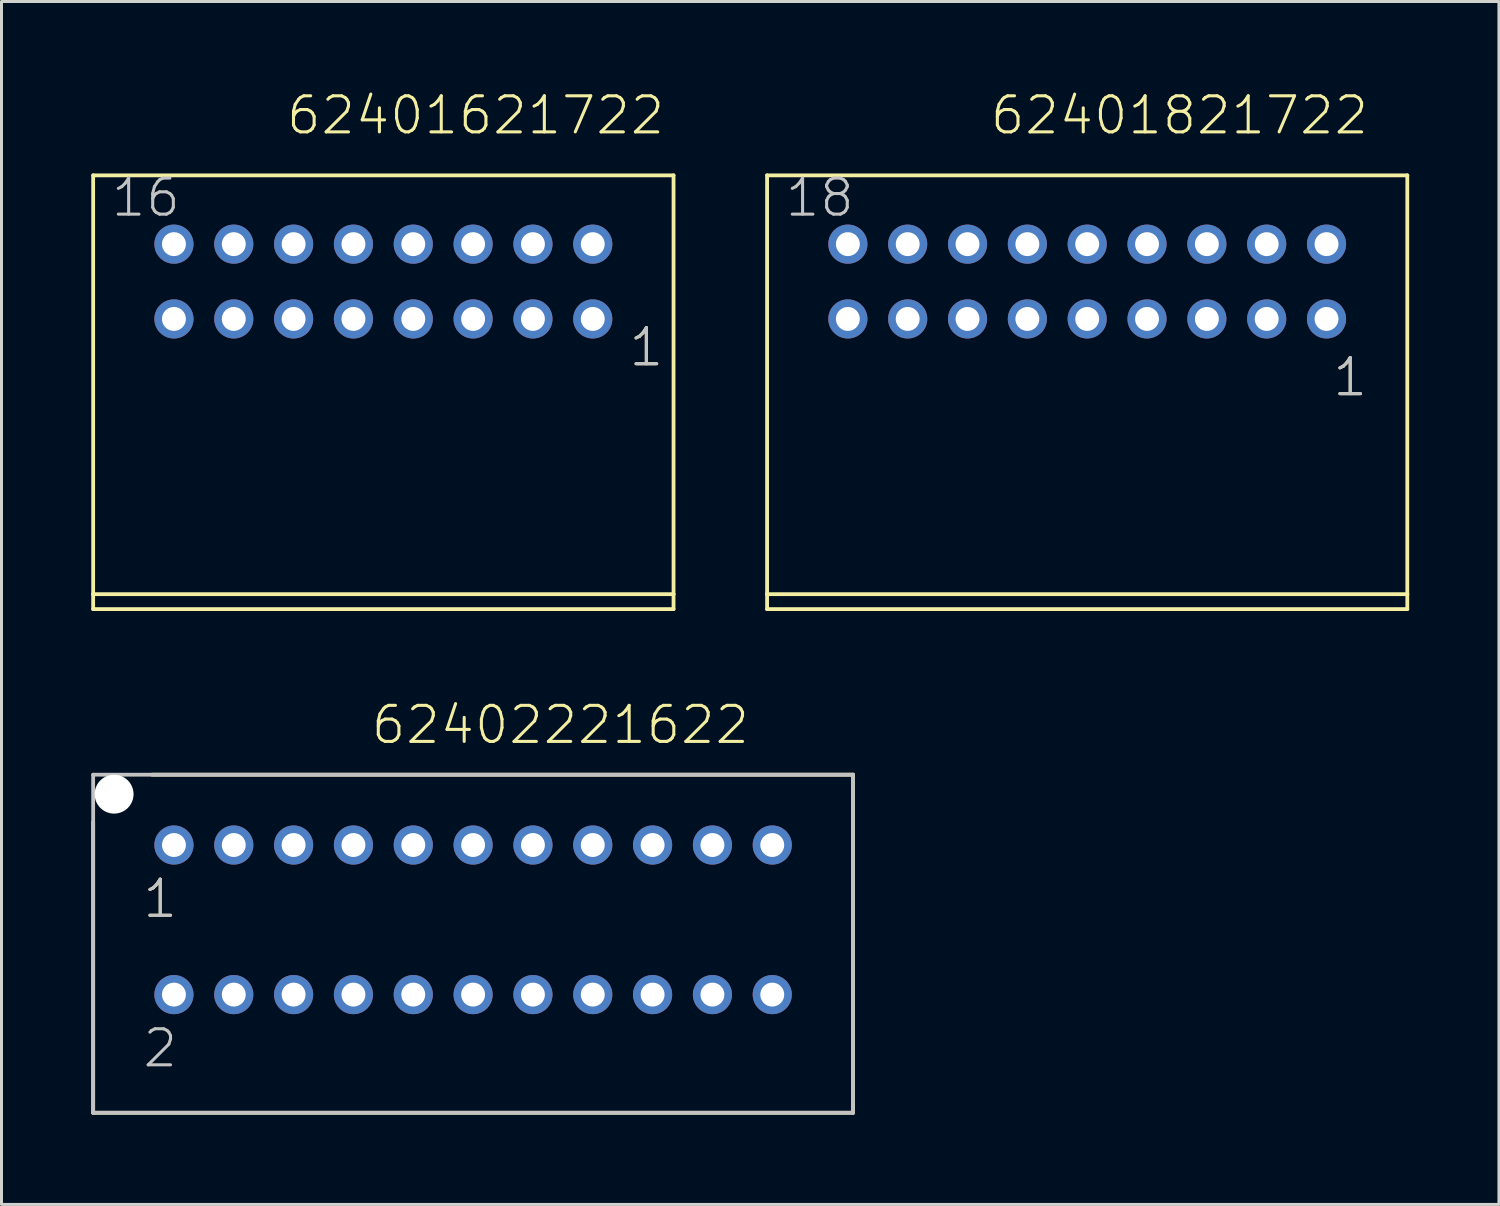
<source format=kicad_pcb>
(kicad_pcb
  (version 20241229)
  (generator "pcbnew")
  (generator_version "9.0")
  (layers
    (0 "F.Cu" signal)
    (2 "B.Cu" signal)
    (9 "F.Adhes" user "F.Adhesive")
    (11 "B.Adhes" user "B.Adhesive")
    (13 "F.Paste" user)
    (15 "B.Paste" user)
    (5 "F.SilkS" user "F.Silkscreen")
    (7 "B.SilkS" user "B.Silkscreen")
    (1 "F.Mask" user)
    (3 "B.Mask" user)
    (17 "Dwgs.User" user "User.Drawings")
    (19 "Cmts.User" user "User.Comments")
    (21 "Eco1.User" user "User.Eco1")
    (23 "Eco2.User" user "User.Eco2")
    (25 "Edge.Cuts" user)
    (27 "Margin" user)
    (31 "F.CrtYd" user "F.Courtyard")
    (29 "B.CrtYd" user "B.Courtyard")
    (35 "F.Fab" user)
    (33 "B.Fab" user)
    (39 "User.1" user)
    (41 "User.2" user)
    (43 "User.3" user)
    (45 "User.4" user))
  (footprint "62402221622"
    (layer "F.Cu")
    (at 12.764 27.696)
    (property "Reference" "62402221622" (at -3.466 -5.81 0) (layer "F.SilkS") (effects (font (size 1.206 1.206) (thickness 0.102)) (justify left bottom)))
    (attr through_hole)
    (fp_line (start -12.7 6.45) (end -12.7 -3.27) (stroke (width 0.127) (type solid)) (layer "F.SilkS"))
    (fp_line (start -10.73 -4.85) (end 12.7 -4.85) (stroke (width 0.127) (type solid)) (layer "F.SilkS"))
    (fp_line (start 12.7 -4.85) (end 12.7 6.45) (stroke (width 0.127) (type solid)) (layer "F.SilkS"))
    (fp_line (start 12.7 6.45) (end -12.7 6.45) (stroke (width 0.127) (type solid)) (layer "F.SilkS"))
    (fp_line (start -12.7 -4.85) (end 12.7 -4.85) (stroke (width 0.127) (type solid)) (layer "Dwgs.User"))
    (fp_line (start -12.7 6.45) (end -12.7 -4.85) (stroke (width 0.127) (type solid)) (layer "Dwgs.User"))
    (fp_line (start 12.7 -4.85) (end 12.7 6.45) (stroke (width 0.127) (type solid)) (layer "Dwgs.User"))
    (fp_line (start 12.7 6.45) (end -12.7 6.45) (stroke (width 0.127) (type solid)) (layer "Dwgs.User"))
    (fp_text user "1" (at -11.1 0 0) (layer "F.SilkS") (effects (font (size 1.206 1.206) (thickness 0.102)) (justify left bottom)))
    (fp_text user "1" (at -11.1 0 0) (layer "Dwgs.User") (effects (font (size 1.206 1.206) (thickness 0.102)) (justify left bottom)))
    (fp_text user "2" (at -11.1 5 0) (layer "Dwgs.User") (effects (font (size 1.206 1.206) (thickness 0.102)) (justify left bottom)))
    (pad "" np_thru_hole circle (at -12 -4.2) (size 1.3 1.3) (drill 1.3) (layers "*.Cu"))
    (pad "1" thru_hole circle (at -10 -2.5) (size 1.308 1.308) (drill 0.8) (layers "*.Cu" "*.Mask"))
    (pad "2" thru_hole circle (at -10 2.5) (size 1.308 1.308) (drill 0.8) (layers "*.Cu" "*.Mask"))
    (pad "3" thru_hole circle (at -8 -2.5) (size 1.308 1.308) (drill 0.8) (layers "*.Cu" "*.Mask"))
    (pad "4" thru_hole circle (at -8 2.5) (size 1.308 1.308) (drill 0.8) (layers "*.Cu" "*.Mask"))
    (pad "5" thru_hole circle (at -6 -2.5) (size 1.308 1.308) (drill 0.8) (layers "*.Cu" "*.Mask"))
    (pad "6" thru_hole circle (at -6 2.5) (size 1.308 1.308) (drill 0.8) (layers "*.Cu" "*.Mask"))
    (pad "7" thru_hole circle (at -4 -2.5) (size 1.308 1.308) (drill 0.8) (layers "*.Cu" "*.Mask"))
    (pad "8" thru_hole circle (at -4 2.5) (size 1.308 1.308) (drill 0.8) (layers "*.Cu" "*.Mask"))
    (pad "9" thru_hole circle (at -2 -2.5) (size 1.308 1.308) (drill 0.8) (layers "*.Cu" "*.Mask"))
    (pad "10" thru_hole circle (at -2 2.5) (size 1.308 1.308) (drill 0.8) (layers "*.Cu" "*.Mask"))
    (pad "11" thru_hole circle (at 0 -2.5) (size 1.308 1.308) (drill 0.8) (layers "*.Cu" "*.Mask"))
    (pad "12" thru_hole circle (at 0 2.5) (size 1.308 1.308) (drill 0.8) (layers "*.Cu" "*.Mask"))
    (pad "13" thru_hole circle (at 2 -2.5) (size 1.308 1.308) (drill 0.8) (layers "*.Cu" "*.Mask"))
    (pad "14" thru_hole circle (at 2 2.5) (size 1.308 1.308) (drill 0.8) (layers "*.Cu" "*.Mask"))
    (pad "15" thru_hole circle (at 4 -2.5) (size 1.308 1.308) (drill 0.8) (layers "*.Cu" "*.Mask"))
    (pad "16" thru_hole circle (at 4 2.5) (size 1.308 1.308) (drill 0.8) (layers "*.Cu" "*.Mask"))
    (pad "17" thru_hole circle (at 6 -2.5) (size 1.308 1.308) (drill 0.8) (layers "*.Cu" "*.Mask"))
    (pad "18" thru_hole circle (at 6 2.5) (size 1.308 1.308) (drill 0.8) (layers "*.Cu" "*.Mask"))
    (pad "19" thru_hole circle (at 8 -2.5) (size 1.308 1.308) (drill 0.8) (layers "*.Cu" "*.Mask"))
    (pad "20" thru_hole circle (at 8 2.5) (size 1.308 1.308) (drill 0.8) (layers "*.Cu" "*.Mask"))
    (pad "21" thru_hole circle (at 10 -2.5) (size 1.308 1.308) (drill 0.8) (layers "*.Cu" "*.Mask"))
    (pad "22" thru_hole circle (at 10 2.5) (size 1.308 1.308) (drill 0.8) (layers "*.Cu" "*.Mask")))
  (footprint "62401821722"
    (layer "F.Cu")
    (at 33.291 6.361)
    (property "Reference" "62401821722" (at -3.3 -4.85 0) (layer "F.SilkS") (effects (font (size 1.206 1.206) (thickness 0.102)) (justify left bottom)))
    (attr through_hole)
    (fp_line (start -10.7 -3.55) (end -10.7 10.45) (stroke (width 0.127) (type solid)) (layer "F.SilkS"))
    (fp_line (start -10.7 10.45) (end -10.7 10.95) (stroke (width 0.127) (type solid)) (layer "F.SilkS"))
    (fp_line (start -10.7 10.45) (end 10.7 10.45) (stroke (width 0.127) (type solid)) (layer "F.SilkS"))
    (fp_line (start -10.7 10.95) (end 10.7 10.95) (stroke (width 0.127) (type solid)) (layer "F.SilkS"))
    (fp_line (start 10.7 -3.55) (end -10.7 -3.55) (stroke (width 0.127) (type solid)) (layer "F.SilkS"))
    (fp_line (start 10.7 10.45) (end 10.7 -3.55) (stroke (width 0.127) (type solid)) (layer "F.SilkS"))
    (fp_line (start 10.7 10.95) (end 10.7 10.45) (stroke (width 0.127) (type solid)) (layer "F.SilkS"))
    (fp_text user "1" (at 8.15 3.9 0) (layer "F.SilkS") (effects (font (size 1.206 1.206) (thickness 0.102)) (justify left bottom)))
    (fp_text user "18" (at -10.155 -2.1 0) (layer "Dwgs.User") (effects (font (size 1.206 1.206) (thickness 0.102)) (justify left bottom)))
    (fp_text user "1" (at 8.15 3.9 0) (layer "Dwgs.User") (effects (font (size 1.206 1.206) (thickness 0.102)) (justify left bottom)))
    (pad "1" thru_hole circle (at 8 1.25 180) (size 1.308 1.308) (drill 0.8) (layers "*.Cu" "*.Mask"))
    (pad "2" thru_hole circle (at 8 -1.25 180) (size 1.308 1.308) (drill 0.8) (layers "*.Cu" "*.Mask"))
    (pad "3" thru_hole circle (at 6 1.25 180) (size 1.308 1.308) (drill 0.8) (layers "*.Cu" "*.Mask"))
    (pad "4" thru_hole circle (at 6 -1.25 180) (size 1.308 1.308) (drill 0.8) (layers "*.Cu" "*.Mask"))
    (pad "5" thru_hole circle (at 4 1.25 180) (size 1.308 1.308) (drill 0.8) (layers "*.Cu" "*.Mask"))
    (pad "6" thru_hole circle (at 4 -1.25 180) (size 1.308 1.308) (drill 0.8) (layers "*.Cu" "*.Mask"))
    (pad "7" thru_hole circle (at 2 1.25 180) (size 1.308 1.308) (drill 0.8) (layers "*.Cu" "*.Mask"))
    (pad "8" thru_hole circle (at 2 -1.25 180) (size 1.308 1.308) (drill 0.8) (layers "*.Cu" "*.Mask"))
    (pad "9" thru_hole circle (at 0 1.25 180) (size 1.308 1.308) (drill 0.8) (layers "*.Cu" "*.Mask"))
    (pad "10" thru_hole circle (at 0 -1.25 180) (size 1.308 1.308) (drill 0.8) (layers "*.Cu" "*.Mask"))
    (pad "11" thru_hole circle (at -2 1.25 180) (size 1.308 1.308) (drill 0.8) (layers "*.Cu" "*.Mask"))
    (pad "12" thru_hole circle (at -2 -1.25 180) (size 1.308 1.308) (drill 0.8) (layers "*.Cu" "*.Mask"))
    (pad "13" thru_hole circle (at -4 1.25 180) (size 1.308 1.308) (drill 0.8) (layers "*.Cu" "*.Mask"))
    (pad "14" thru_hole circle (at -4 -1.25 180) (size 1.308 1.308) (drill 0.8) (layers "*.Cu" "*.Mask"))
    (pad "15" thru_hole circle (at -6 1.25 180) (size 1.308 1.308) (drill 0.8) (layers "*.Cu" "*.Mask"))
    (pad "16" thru_hole circle (at -6 -1.25 180) (size 1.308 1.308) (drill 0.8) (layers "*.Cu" "*.Mask"))
    (pad "17" thru_hole circle (at -8 1.25 180) (size 1.308 1.308) (drill 0.8) (layers "*.Cu" "*.Mask"))
    (pad "18" thru_hole circle (at -8 -1.25 180) (size 1.308 1.308) (drill 0.8) (layers "*.Cu" "*.Mask")))
  (footprint "62401621722"
    (layer "F.Cu")
    (at 9.764 6.361)
    (property "Reference" "62401621722" (at -3.3 -4.85 0) (layer "F.SilkS") (effects (font (size 1.206 1.206) (thickness 0.102)) (justify left bottom)))
    (attr through_hole)
    (fp_line (start -9.7 -3.55) (end -9.7 10.45) (stroke (width 0.127) (type solid)) (layer "F.SilkS"))
    (fp_line (start -9.7 10.45) (end -9.7 10.95) (stroke (width 0.127) (type solid)) (layer "F.SilkS"))
    (fp_line (start -9.7 10.45) (end 9.7 10.45) (stroke (width 0.127) (type solid)) (layer "F.SilkS"))
    (fp_line (start -9.7 10.95) (end 9.7 10.95) (stroke (width 0.127) (type solid)) (layer "F.SilkS"))
    (fp_line (start 9.7 -3.55) (end -9.7 -3.55) (stroke (width 0.127) (type solid)) (layer "F.SilkS"))
    (fp_line (start 9.7 10.45) (end 9.7 -3.55) (stroke (width 0.127) (type solid)) (layer "F.SilkS"))
    (fp_line (start 9.7 10.95) (end 9.7 10.45) (stroke (width 0.127) (type solid)) (layer "F.SilkS"))
    (fp_text user "1" (at 8.15 2.9 0) (layer "F.SilkS") (effects (font (size 1.206 1.206) (thickness 0.102)) (justify left bottom)))
    (fp_text user "1" (at 8.15 2.9 0) (layer "Dwgs.User") (effects (font (size 1.206 1.206) (thickness 0.102)) (justify left bottom)))
    (fp_text user "16" (at -9.155 -2.1 0) (layer "Dwgs.User") (effects (font (size 1.206 1.206) (thickness 0.102)) (justify left bottom)))
    (pad "1" thru_hole circle (at 7 1.25 180) (size 1.308 1.308) (drill 0.8) (layers "*.Cu" "*.Mask"))
    (pad "2" thru_hole circle (at 7 -1.25 180) (size 1.308 1.308) (drill 0.8) (layers "*.Cu" "*.Mask"))
    (pad "3" thru_hole circle (at 5 1.25 180) (size 1.308 1.308) (drill 0.8) (layers "*.Cu" "*.Mask"))
    (pad "4" thru_hole circle (at 5 -1.25 180) (size 1.308 1.308) (drill 0.8) (layers "*.Cu" "*.Mask"))
    (pad "5" thru_hole circle (at 3 1.25 180) (size 1.308 1.308) (drill 0.8) (layers "*.Cu" "*.Mask"))
    (pad "6" thru_hole circle (at 3 -1.25 180) (size 1.308 1.308) (drill 0.8) (layers "*.Cu" "*.Mask"))
    (pad "7" thru_hole circle (at 1 1.25 180) (size 1.308 1.308) (drill 0.8) (layers "*.Cu" "*.Mask"))
    (pad "8" thru_hole circle (at 1 -1.25 180) (size 1.308 1.308) (drill 0.8) (layers "*.Cu" "*.Mask"))
    (pad "9" thru_hole circle (at -1 1.25 180) (size 1.308 1.308) (drill 0.8) (layers "*.Cu" "*.Mask"))
    (pad "10" thru_hole circle (at -1 -1.25 180) (size 1.308 1.308) (drill 0.8) (layers "*.Cu" "*.Mask"))
    (pad "11" thru_hole circle (at -3 1.25 180) (size 1.308 1.308) (drill 0.8) (layers "*.Cu" "*.Mask"))
    (pad "12" thru_hole circle (at -3 -1.25 180) (size 1.308 1.308) (drill 0.8) (layers "*.Cu" "*.Mask"))
    (pad "13" thru_hole circle (at -5 1.25 180) (size 1.308 1.308) (drill 0.8) (layers "*.Cu" "*.Mask"))
    (pad "14" thru_hole circle (at -5 -1.25 180) (size 1.308 1.308) (drill 0.8) (layers "*.Cu" "*.Mask"))
    (pad "15" thru_hole circle (at -7 1.25 180) (size 1.308 1.308) (drill 0.8) (layers "*.Cu" "*.Mask"))
    (pad "16" thru_hole circle (at -7 -1.25 180) (size 1.308 1.308) (drill 0.8) (layers "*.Cu" "*.Mask")))
  (gr_rect
    (start -3 -3)
    (end 47.054 37.21)
    (stroke (width 0.1) (type default))
    (fill no)
    (layer "Edge.Cuts")))
</source>
